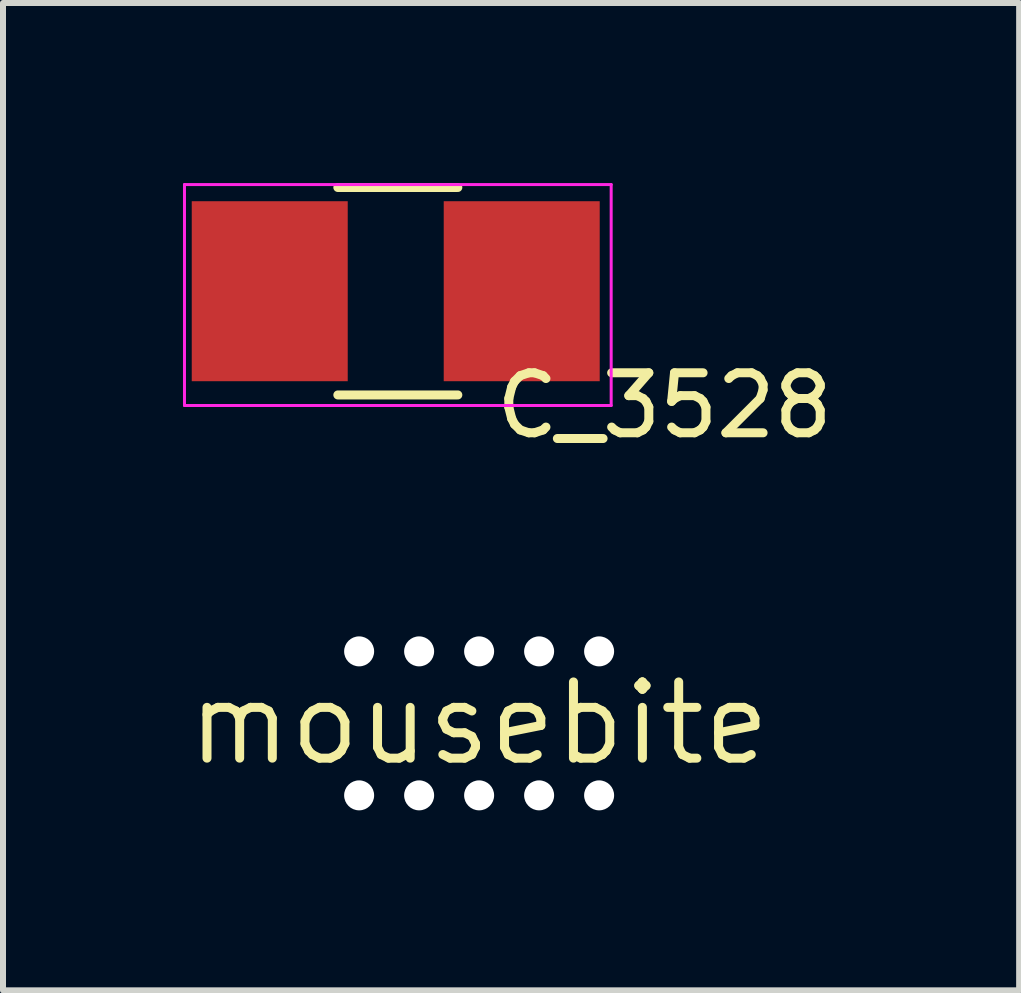
<source format=kicad_pcb>
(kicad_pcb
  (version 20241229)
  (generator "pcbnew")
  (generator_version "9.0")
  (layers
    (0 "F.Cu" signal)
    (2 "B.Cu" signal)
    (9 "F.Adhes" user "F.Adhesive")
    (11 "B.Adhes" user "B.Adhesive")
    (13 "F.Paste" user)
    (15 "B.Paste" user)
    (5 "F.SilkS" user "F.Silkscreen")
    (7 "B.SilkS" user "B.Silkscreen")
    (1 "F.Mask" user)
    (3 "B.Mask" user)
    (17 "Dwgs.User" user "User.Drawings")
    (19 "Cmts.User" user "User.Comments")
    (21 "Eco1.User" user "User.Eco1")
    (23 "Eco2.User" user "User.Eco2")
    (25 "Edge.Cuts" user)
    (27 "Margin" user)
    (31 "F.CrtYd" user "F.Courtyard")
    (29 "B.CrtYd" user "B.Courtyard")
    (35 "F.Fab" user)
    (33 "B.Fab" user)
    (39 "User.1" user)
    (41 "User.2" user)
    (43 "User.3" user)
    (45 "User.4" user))
  (footprint "C_3528"
    (layer "F.Cu")
    (at 3.581 1.804)
    (property "Reference" "C_3528" (at 4.445 1.905 0) (layer "F.SilkS") (effects (font (size 1 1) (thickness 0.15))))
    (attr smd)
    (fp_line (start -1 1.729) (end 1 1.729) (stroke (width 0.15) (type solid)) (layer "F.SilkS"))
    (fp_line (start 1 -1.729) (end -1 -1.729) (stroke (width 0.15) (type solid)) (layer "F.SilkS"))
    (fp_line (start -3.556 -1.778) (end 3.556 -1.778) (stroke (width 0.05) (type solid)) (layer "F.CrtYd"))
    (fp_line (start -3.556 1.905) (end -3.556 -1.778) (stroke (width 0.05) (type solid)) (layer "F.CrtYd"))
    (fp_line (start 3.556 -1.778) (end 3.556 1.905) (stroke (width 0.05) (type solid)) (layer "F.CrtYd"))
    (fp_line (start 3.556 1.905) (end -3.556 1.905) (stroke (width 0.05) (type solid)) (layer "F.CrtYd"))
    (pad "1" smd rect (at -2.135 0) (size 2.6 3) (layers "F.Cu" "F.Mask" "F.Paste"))
    (pad "2" smd rect (at 2.065 0) (size 2.6 3) (layers "F.Cu" "F.Mask" "F.Paste")))
  (footprint "mousebite"
    (layer "F.Cu")
    (at 4.936 9.007)
    (property "Reference" "mousebite" (at 0 0 0) (layer "F.SilkS") (effects (font (size 1.27 1.27) (thickness 0.15))))
    (attr through_hole)
    (pad "" np_thru_hole circle (at -2 -1.2) (size 0.5 0.5) (drill 0.5) (layers "*.Cu" "*.Mask"))
    (pad "" np_thru_hole circle (at -2 1.2) (size 0.5 0.5) (drill 0.5) (layers "*.Cu" "*.Mask"))
    (pad "" np_thru_hole circle (at -1 -1.2) (size 0.5 0.5) (drill 0.5) (layers "*.Cu" "*.Mask"))
    (pad "" np_thru_hole circle (at -1 1.2) (size 0.5 0.5) (drill 0.5) (layers "*.Cu" "*.Mask"))
    (pad "" np_thru_hole circle (at 0 -1.2) (size 0.5 0.5) (drill 0.5) (layers "*.Cu" "*.Mask"))
    (pad "" np_thru_hole circle (at 0 1.2) (size 0.5 0.5) (drill 0.5) (layers "*.Cu" "*.Mask"))
    (pad "" np_thru_hole circle (at 1 -1.2) (size 0.5 0.5) (drill 0.5) (layers "*.Cu" "*.Mask"))
    (pad "" np_thru_hole circle (at 1 1.2) (size 0.5 0.5) (drill 0.5) (layers "*.Cu" "*.Mask"))
    (pad "" np_thru_hole circle (at 2 -1.2) (size 0.5 0.5) (drill 0.5) (layers "*.Cu" "*.Mask"))
    (pad "" np_thru_hole circle (at 2 1.2) (size 0.5 0.5) (drill 0.5) (layers "*.Cu" "*.Mask")))
  (gr_rect
    (start -3 -3)
    (end 13.937 13.457)
    (stroke (width 0.1) (type default))
    (fill no)
    (layer "Edge.Cuts")))
</source>
